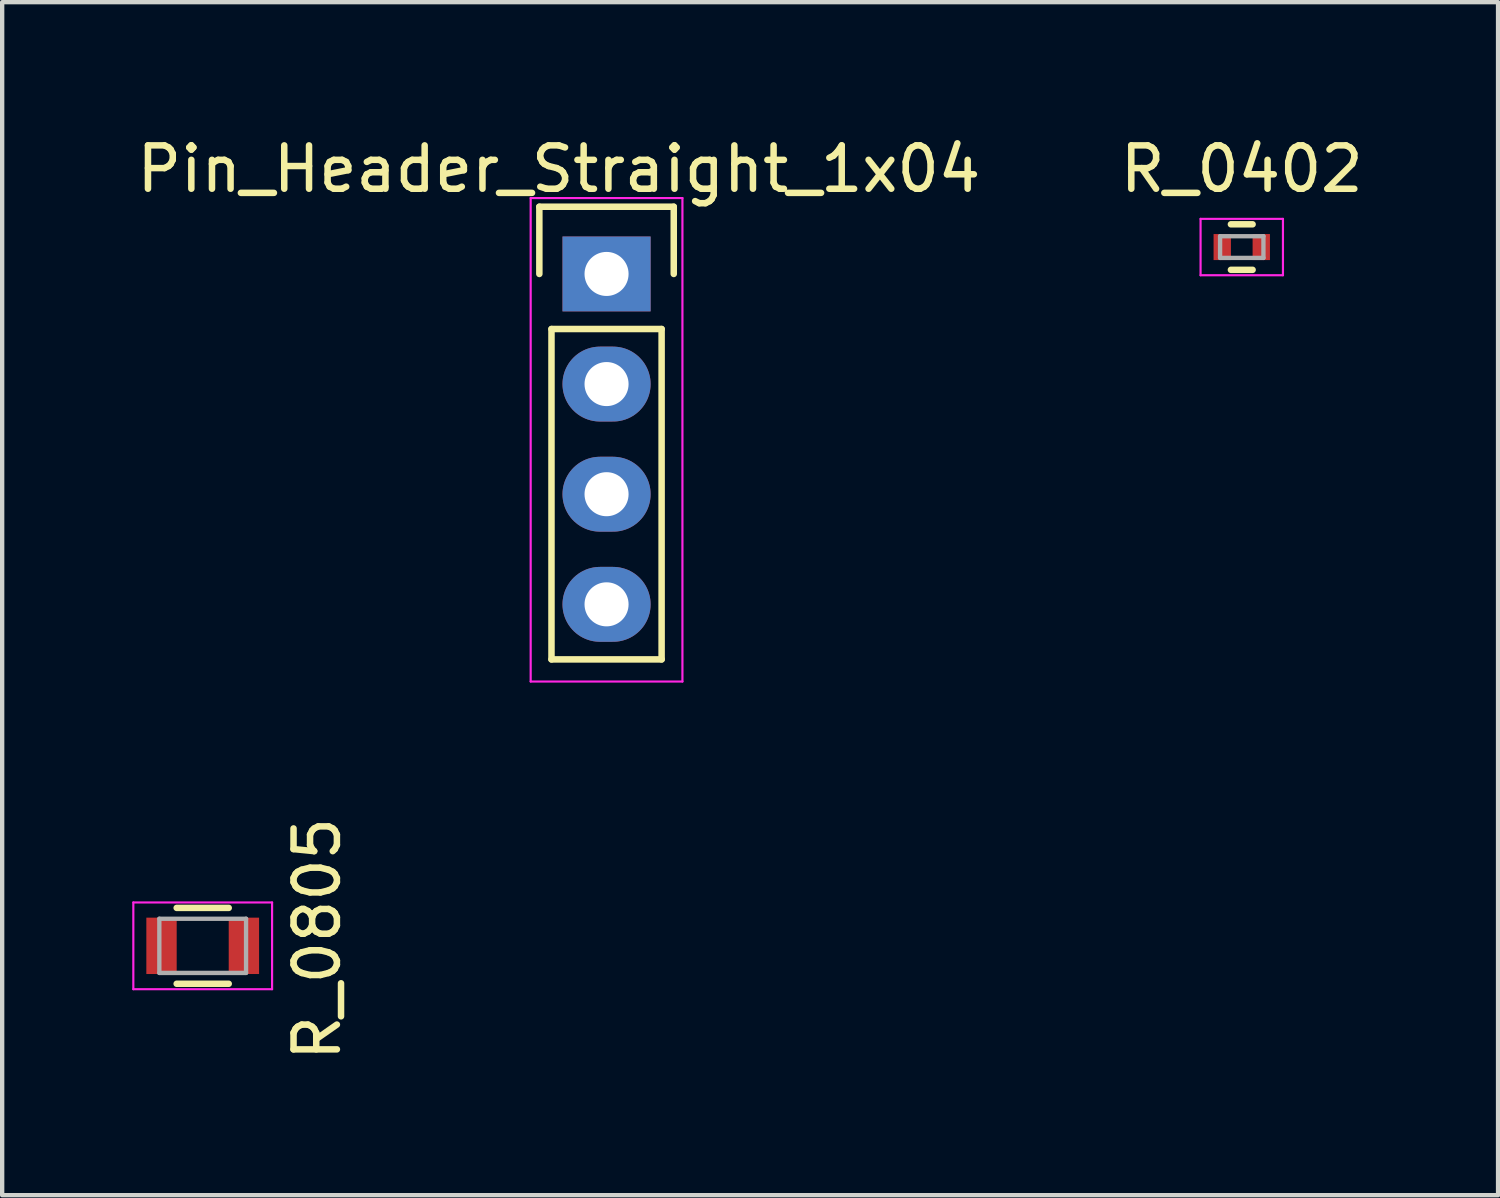
<source format=kicad_pcb>
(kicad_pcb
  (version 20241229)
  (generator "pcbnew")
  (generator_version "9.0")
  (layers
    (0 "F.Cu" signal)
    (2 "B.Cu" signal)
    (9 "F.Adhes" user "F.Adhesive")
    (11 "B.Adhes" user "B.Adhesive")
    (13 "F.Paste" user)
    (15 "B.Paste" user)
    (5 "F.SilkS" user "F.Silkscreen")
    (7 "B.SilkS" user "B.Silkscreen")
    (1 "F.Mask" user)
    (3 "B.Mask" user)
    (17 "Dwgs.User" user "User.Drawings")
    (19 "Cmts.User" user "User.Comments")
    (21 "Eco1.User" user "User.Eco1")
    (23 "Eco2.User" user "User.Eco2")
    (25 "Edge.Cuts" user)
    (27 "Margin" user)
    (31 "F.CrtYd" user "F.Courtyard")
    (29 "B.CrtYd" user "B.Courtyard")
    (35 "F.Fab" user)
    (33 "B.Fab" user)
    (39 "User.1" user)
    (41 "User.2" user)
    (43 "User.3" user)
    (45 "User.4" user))
  (footprint "Pin_Header_Straight_1x04"
    (layer "F.Cu")
    (at 10.939 3.268)
    (property "Reference" "Pin_Header_Straight_1x04" (at -1.1 -2.42 180) (layer "F.SilkS") (effects (font (size 1 1) (thickness 0.15))))
    (attr through_hole)
    (fp_line (start -1.55 -1.55) (end 1.55 -1.55) (stroke (width 0.15) (type solid)) (layer "F.SilkS"))
    (fp_line (start -1.55 0) (end -1.55 -1.55) (stroke (width 0.15) (type solid)) (layer "F.SilkS"))
    (fp_line (start -1.27 1.27) (end -1.27 8.89) (stroke (width 0.15) (type solid)) (layer "F.SilkS"))
    (fp_line (start -1.27 8.89) (end 1.27 8.89) (stroke (width 0.15) (type solid)) (layer "F.SilkS"))
    (fp_line (start 1.27 1.27) (end -1.27 1.27) (stroke (width 0.15) (type solid)) (layer "F.SilkS"))
    (fp_line (start 1.27 1.27) (end 1.27 8.89) (stroke (width 0.15) (type solid)) (layer "F.SilkS"))
    (fp_line (start 1.55 -1.55) (end 1.55 0) (stroke (width 0.15) (type solid)) (layer "F.SilkS"))
    (fp_line (start -1.75 -1.75) (end -1.75 9.4) (stroke (width 0.05) (type solid)) (layer "F.CrtYd"))
    (fp_line (start -1.75 -1.75) (end 1.75 -1.75) (stroke (width 0.05) (type solid)) (layer "F.CrtYd"))
    (fp_line (start -1.75 9.4) (end 1.75 9.4) (stroke (width 0.05) (type solid)) (layer "F.CrtYd"))
    (fp_line (start 1.75 -1.75) (end 1.75 9.4) (stroke (width 0.05) (type solid)) (layer "F.CrtYd"))
    (pad "1" thru_hole rect (at 0 0) (size 2.032 1.727) (drill 1.016) (layers "*.Cu" "*.Mask"))
    (pad "2" thru_hole oval (at 0 2.54) (size 2.032 1.727) (drill 1.016) (layers "*.Cu" "*.Mask"))
    (pad "3" thru_hole oval (at 0 5.08) (size 2.032 1.727) (drill 1.016) (layers "*.Cu" "*.Mask"))
    (pad "4" thru_hole oval (at 0 7.62) (size 2.032 1.727) (drill 1.016) (layers "*.Cu" "*.Mask")))
  (footprint "R_0805"
    (layer "F.Cu")
    (at 1.625 18.764)
    (property "Reference" "R_0805" (at 2.64 -0.16 270) (layer "F.SilkS") (effects (font (size 1 1) (thickness 0.15))))
    (attr smd)
    (fp_line (start -0.6 -0.875) (end 0.6 -0.875) (stroke (width 0.15) (type solid)) (layer "F.SilkS"))
    (fp_line (start 0.6 0.875) (end -0.6 0.875) (stroke (width 0.15) (type solid)) (layer "F.SilkS"))
    (fp_line (start -1.6 -1) (end -1.6 1) (stroke (width 0.05) (type solid)) (layer "F.CrtYd"))
    (fp_line (start -1.6 -1) (end 1.6 -1) (stroke (width 0.05) (type solid)) (layer "F.CrtYd"))
    (fp_line (start -1.6 1) (end 1.6 1) (stroke (width 0.05) (type solid)) (layer "F.CrtYd"))
    (fp_line (start 1.6 -1) (end 1.6 1) (stroke (width 0.05) (type solid)) (layer "F.CrtYd"))
    (fp_line (start -1 -0.625) (end 1 -0.625) (stroke (width 0.1) (type solid)) (layer "F.Fab"))
    (fp_line (start -1 0.625) (end -1 -0.625) (stroke (width 0.1) (type solid)) (layer "F.Fab"))
    (fp_line (start 1 -0.625) (end 1 0.625) (stroke (width 0.1) (type solid)) (layer "F.Fab"))
    (fp_line (start 1 0.625) (end -1 0.625) (stroke (width 0.1) (type solid)) (layer "F.Fab"))
    (pad "1" smd rect (at -0.95 0) (size 0.7 1.3) (layers "F.Cu" "F.Mask" "F.Paste"))
    (pad "2" smd rect (at 0.95 0) (size 0.7 1.3) (layers "F.Cu" "F.Mask" "F.Paste")))
  (footprint "R_0402"
    (layer "F.Cu")
    (at 25.589 2.648)
    (property "Reference" "R_0402" (at 0 -1.8 0) (layer "F.SilkS") (effects (font (size 1 1) (thickness 0.15))))
    (attr smd)
    (fp_line (start -0.25 0.525) (end 0.25 0.525) (stroke (width 0.15) (type solid)) (layer "F.SilkS"))
    (fp_line (start 0.25 -0.525) (end -0.25 -0.525) (stroke (width 0.15) (type solid)) (layer "F.SilkS"))
    (fp_line (start -0.95 -0.65) (end -0.95 0.65) (stroke (width 0.05) (type solid)) (layer "F.CrtYd"))
    (fp_line (start -0.95 -0.65) (end 0.95 -0.65) (stroke (width 0.05) (type solid)) (layer "F.CrtYd"))
    (fp_line (start -0.95 0.65) (end 0.95 0.65) (stroke (width 0.05) (type solid)) (layer "F.CrtYd"))
    (fp_line (start 0.95 -0.65) (end 0.95 0.65) (stroke (width 0.05) (type solid)) (layer "F.CrtYd"))
    (fp_line (start -0.5 -0.25) (end 0.5 -0.25) (stroke (width 0.1) (type solid)) (layer "F.Fab"))
    (fp_line (start -0.5 0.25) (end -0.5 -0.25) (stroke (width 0.1) (type solid)) (layer "F.Fab"))
    (fp_line (start 0.5 -0.25) (end 0.5 0.25) (stroke (width 0.1) (type solid)) (layer "F.Fab"))
    (fp_line (start 0.5 0.25) (end -0.5 0.25) (stroke (width 0.1) (type solid)) (layer "F.Fab"))
    (pad "1" smd rect (at -0.45 0) (size 0.4 0.6) (layers "F.Cu" "F.Mask" "F.Paste"))
    (pad "2" smd rect (at 0.45 0) (size 0.4 0.6) (layers "F.Cu" "F.Mask" "F.Paste")))
  (gr_rect
    (start -3 -3)
    (end 31.5 24.515)
    (stroke (width 0.1) (type default))
    (fill no)
    (layer "Edge.Cuts")))
</source>
